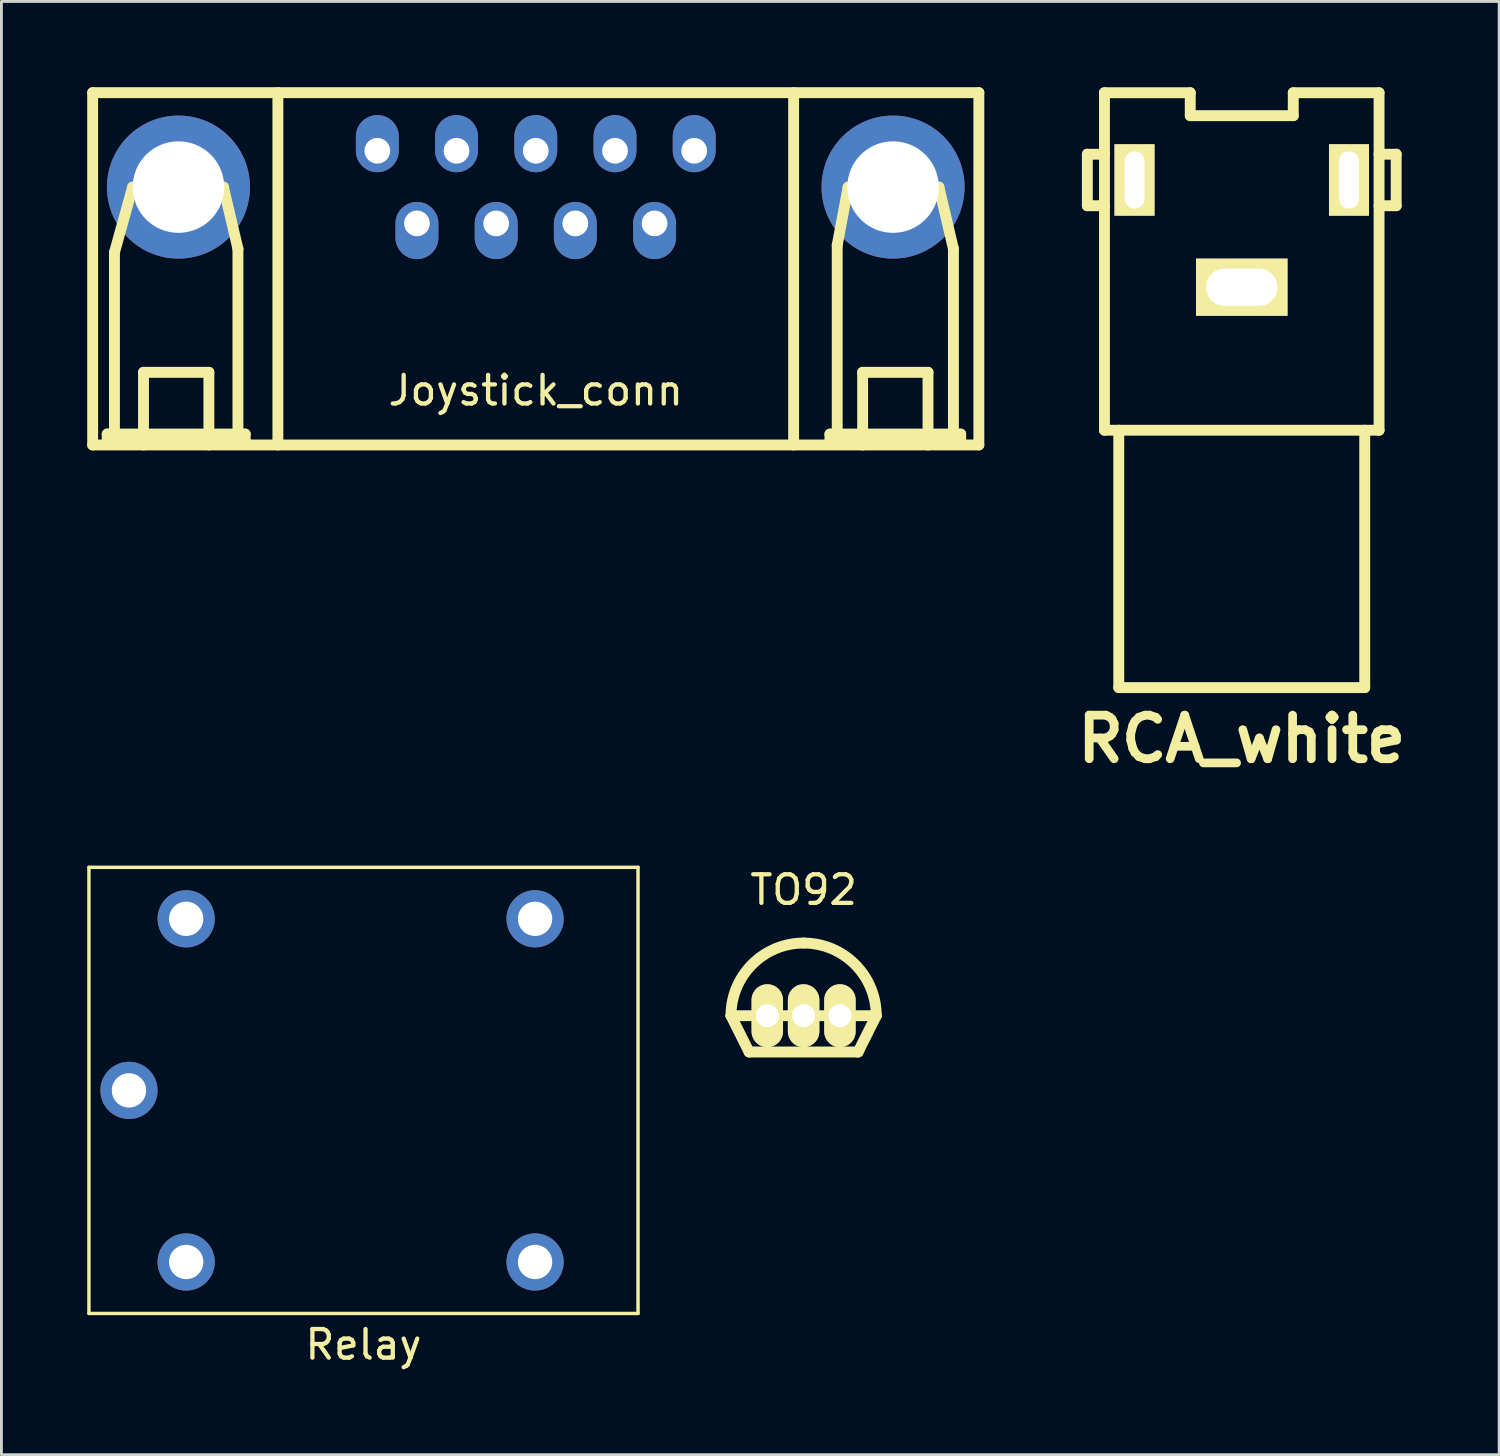
<source format=kicad_pcb>
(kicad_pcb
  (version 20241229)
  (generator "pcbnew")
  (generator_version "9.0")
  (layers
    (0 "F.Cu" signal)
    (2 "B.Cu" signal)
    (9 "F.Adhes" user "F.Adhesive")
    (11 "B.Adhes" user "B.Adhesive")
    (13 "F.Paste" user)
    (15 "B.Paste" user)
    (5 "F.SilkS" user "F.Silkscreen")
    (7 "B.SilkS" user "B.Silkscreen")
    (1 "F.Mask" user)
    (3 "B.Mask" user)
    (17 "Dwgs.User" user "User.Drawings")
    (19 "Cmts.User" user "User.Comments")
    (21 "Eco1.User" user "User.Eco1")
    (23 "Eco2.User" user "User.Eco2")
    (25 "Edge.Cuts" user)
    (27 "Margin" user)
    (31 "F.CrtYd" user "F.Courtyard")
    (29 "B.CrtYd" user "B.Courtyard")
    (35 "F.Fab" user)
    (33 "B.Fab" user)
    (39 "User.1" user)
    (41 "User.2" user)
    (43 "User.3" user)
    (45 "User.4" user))
  (footprint "Relay"
    (layer "F.Cu")
    (at 9.66 35.078)
    (property "Reference" "Relay" (at 0 8.89 0) (layer "F.SilkS") (effects (font (size 1 1) (thickness 0.15))))
    (attr through_hole)
    (fp_line (start -9.6 -7.8) (end -9.6 7.8) (stroke (width 0.12) (type solid)) (layer "F.SilkS"))
    (fp_line (start -9.6 7.8) (end 9.6 7.8) (stroke (width 0.12) (type solid)) (layer "F.SilkS"))
    (fp_line (start 9.6 -7.8) (end -9.6 -7.8) (stroke (width 0.12) (type solid)) (layer "F.SilkS"))
    (fp_line (start 9.6 7.8) (end 9.6 -7.8) (stroke (width 0.12) (type solid)) (layer "F.SilkS"))
    (pad "1" thru_hole circle (at -6.2 -6) (size 2 2) (drill 1.2) (layers "*.Cu" "*.Mask"))
    (pad "2" thru_hole circle (at -6.2 6) (size 2 2) (drill 1.2) (layers "*.Cu" "*.Mask"))
    (pad "3" thru_hole circle (at -8.2 0) (size 2 2) (drill 1.2) (layers "*.Cu" "*.Mask"))
    (pad "4" thru_hole circle (at 6 6) (size 2 2) (drill 1.2) (layers "*.Cu" "*.Mask"))
    (pad "5" thru_hole circle (at 6 -6) (size 2 2) (drill 1.2) (layers "*.Cu" "*.Mask")))
  (footprint "RCA_white"
    (layer "F.Cu")
    (at 40.371 6.993)
    (property "Reference" "RCA_white" (at 0 15.799 0) (layer "F.SilkS") (effects (font (size 1.524 1.524) (thickness 0.305))))
    (attr through_hole)
    (fp_line (start -5.4 -4.65) (end -4.801 -4.65) (stroke (width 0.381) (type solid)) (layer "F.SilkS"))
    (fp_line (start -5.4 -2.849) (end -5.4 -4.65) (stroke (width 0.381) (type solid)) (layer "F.SilkS"))
    (fp_line (start -4.801 -6.8) (end -1.801 -6.8) (stroke (width 0.381) (type solid)) (layer "F.SilkS"))
    (fp_line (start -4.801 -2.849) (end -5.4 -2.849) (stroke (width 0.381) (type solid)) (layer "F.SilkS"))
    (fp_line (start -4.801 4.999) (end -4.801 -6.802) (stroke (width 0.381) (type solid)) (layer "F.SilkS"))
    (fp_line (start -4.3 5.001) (end -4.3 14) (stroke (width 0.381) (type solid)) (layer "F.SilkS"))
    (fp_line (start -4.3 14) (end 4.3 14) (stroke (width 0.381) (type solid)) (layer "F.SilkS"))
    (fp_line (start -1.801 -6.8) (end -1.801 -5.999) (stroke (width 0.381) (type solid)) (layer "F.SilkS"))
    (fp_line (start -1.801 -5.999) (end 1.801 -5.999) (stroke (width 0.381) (type solid)) (layer "F.SilkS"))
    (fp_line (start 1.801 -6.8) (end 4.801 -6.8) (stroke (width 0.381) (type solid)) (layer "F.SilkS"))
    (fp_line (start 1.801 -5.999) (end 1.801 -6.8) (stroke (width 0.381) (type solid)) (layer "F.SilkS"))
    (fp_line (start 4.3 14) (end 4.3 5.001) (stroke (width 0.381) (type solid)) (layer "F.SilkS"))
    (fp_line (start 4.801 -6.8) (end 4.801 5.001) (stroke (width 0.381) (type solid)) (layer "F.SilkS"))
    (fp_line (start 4.801 -4.65) (end 5.4 -4.65) (stroke (width 0.381) (type solid)) (layer "F.SilkS"))
    (fp_line (start 4.801 5.001) (end -4.801 5.001) (stroke (width 0.381) (type solid)) (layer "F.SilkS"))
    (fp_line (start 5.4 -4.65) (end 5.4 -2.849) (stroke (width 0.381) (type solid)) (layer "F.SilkS"))
    (fp_line (start 5.4 -2.849) (end 4.801 -2.849) (stroke (width 0.381) (type solid)) (layer "F.SilkS"))
    (pad "1" thru_hole rect (at -3.75 -3.75) (size 1.4 2.5) (drill oval 0.7 2) (layers "*.Cu" "*.Mask" "F.SilkS"))
    (pad "1" thru_hole rect (at 3.75 -3.75) (size 1.4 2.5) (drill oval 0.7 2) (layers "*.Cu" "*.Mask" "F.SilkS"))
    (pad "2" thru_hole rect (at 0 0) (size 3.2 2) (drill oval 2.5 1.3) (layers "*.Cu" "*.Mask" "F.SilkS")))
  (footprint "TO92"
    (layer "F.Cu")
    (at 25.05 32.466)
    (property "Reference" "TO92" (at 0 -4.4 0) (layer "F.SilkS") (effects (font (size 1 1) (thickness 0.15))))
    (attr through_hole)
    (fp_line (start -1.905 1.27) (end -2.54 0) (stroke (width 0.381) (type solid)) (layer "F.SilkS"))
    (fp_line (start 1.905 1.27) (end -1.905 1.27) (stroke (width 0.381) (type solid)) (layer "F.SilkS"))
    (fp_line (start 2.54 0) (end -2.54 0) (stroke (width 0.381) (type solid)) (layer "F.SilkS"))
    (fp_line (start 2.54 0) (end 1.905 1.27) (stroke (width 0.381) (type solid)) (layer "F.SilkS"))
    (fp_arc (start -2.54 0) (mid -1.796051 -1.796051) (end 0 -2.54) (stroke (width 0.381) (type solid)) (layer "F.SilkS"))
    (fp_arc (start 0 -2.54) (mid 1.796051 -1.796051) (end 2.54 0) (stroke (width 0.381) (type solid)) (layer "F.SilkS"))
    (pad "1" thru_hole oval (at 1.27 0) (size 1.1 2.2) (drill 0.8) (layers "*.Cu" "*.Mask" "F.SilkS"))
    (pad "2" thru_hole oval (at 0 0) (size 1.1 2.2) (drill 0.8) (layers "*.Cu" "*.Mask" "F.SilkS"))
    (pad "3" thru_hole oval (at -1.27 0) (size 1.1 2.2) (drill 0.8) (layers "*.Cu" "*.Mask" "F.SilkS")))
  (footprint "Joystick_conn"
    (layer "F.Cu")
    (at 15.684 10.604)
    (property "Reference" "Joystick_conn" (at 0 0 0) (layer "F.SilkS") (effects (font (size 1 1) (thickness 0.15))))
    (attr through_hole)
    (fp_line (start -15.494 -10.414) (end -15.494 1.905) (stroke (width 0.381) (type solid)) (layer "F.SilkS"))
    (fp_line (start -15.494 1.905) (end 15.494 1.905) (stroke (width 0.381) (type solid)) (layer "F.SilkS"))
    (fp_line (start -14.986 1.524) (end -14.986 1.778) (stroke (width 0.381) (type solid)) (layer "F.SilkS"))
    (fp_line (start -14.986 1.778) (end -10.16 1.778) (stroke (width 0.381) (type solid)) (layer "F.SilkS"))
    (fp_line (start -14.732 -4.826) (end -14.097 -7.112) (stroke (width 0.381) (type solid)) (layer "F.SilkS"))
    (fp_line (start -14.732 1.524) (end -14.732 -4.826) (stroke (width 0.381) (type solid)) (layer "F.SilkS"))
    (fp_line (start -14.097 -7.112) (end -10.922 -7.112) (stroke (width 0.381) (type solid)) (layer "F.SilkS"))
    (fp_line (start -13.716 -0.635) (end -11.43 -0.635) (stroke (width 0.381) (type solid)) (layer "F.SilkS"))
    (fp_line (start -13.716 1.905) (end -13.716 -0.635) (stroke (width 0.381) (type solid)) (layer "F.SilkS"))
    (fp_line (start -11.43 -0.635) (end -11.43 1.905) (stroke (width 0.381) (type solid)) (layer "F.SilkS"))
    (fp_line (start -10.922 -7.112) (end -10.414 -4.953) (stroke (width 0.381) (type solid)) (layer "F.SilkS"))
    (fp_line (start -10.414 -4.953) (end -10.414 1.524) (stroke (width 0.381) (type solid)) (layer "F.SilkS"))
    (fp_line (start -10.16 1.524) (end -14.986 1.524) (stroke (width 0.381) (type solid)) (layer "F.SilkS"))
    (fp_line (start -10.16 1.778) (end -10.16 1.524) (stroke (width 0.381) (type solid)) (layer "F.SilkS"))
    (fp_line (start -9.017 1.905) (end -9.017 -10.414) (stroke (width 0.381) (type solid)) (layer "F.SilkS"))
    (fp_line (start 9.017 1.905) (end 9.017 -10.414) (stroke (width 0.381) (type solid)) (layer "F.SilkS"))
    (fp_line (start 10.287 1.524) (end 10.287 1.778) (stroke (width 0.381) (type solid)) (layer "F.SilkS"))
    (fp_line (start 10.287 1.778) (end 14.859 1.778) (stroke (width 0.381) (type solid)) (layer "F.SilkS"))
    (fp_line (start 10.541 -5.08) (end 10.922 -7.112) (stroke (width 0.381) (type solid)) (layer "F.SilkS"))
    (fp_line (start 10.541 1.524) (end 10.541 -5.08) (stroke (width 0.381) (type solid)) (layer "F.SilkS"))
    (fp_line (start 10.922 -7.112) (end 14.097 -7.112) (stroke (width 0.381) (type solid)) (layer "F.SilkS"))
    (fp_line (start 11.43 -0.635) (end 13.716 -0.635) (stroke (width 0.381) (type solid)) (layer "F.SilkS"))
    (fp_line (start 11.43 1.905) (end 11.43 -0.635) (stroke (width 0.381) (type solid)) (layer "F.SilkS"))
    (fp_line (start 13.716 -0.635) (end 13.716 1.905) (stroke (width 0.381) (type solid)) (layer "F.SilkS"))
    (fp_line (start 14.097 -7.112) (end 14.605 -4.953) (stroke (width 0.381) (type solid)) (layer "F.SilkS"))
    (fp_line (start 14.605 -4.953) (end 14.605 1.524) (stroke (width 0.381) (type solid)) (layer "F.SilkS"))
    (fp_line (start 14.859 1.524) (end 10.287 1.524) (stroke (width 0.381) (type solid)) (layer "F.SilkS"))
    (fp_line (start 14.859 1.778) (end 14.859 1.524) (stroke (width 0.381) (type solid)) (layer "F.SilkS"))
    (fp_line (start 15.494 -10.414) (end -15.494 -10.414) (stroke (width 0.381) (type solid)) (layer "F.SilkS"))
    (fp_line (start 15.494 1.905) (end 15.494 -10.414) (stroke (width 0.381) (type solid)) (layer "F.SilkS"))
    (pad "" thru_hole circle (at -12.494 -7.112) (size 5.001 5.001) (drill 3.2) (layers "*.Cu" "*.Mask"))
    (pad "" thru_hole circle (at 12.494 -7.112) (size 5.001 5.001) (drill 3.2) (layers "*.Cu" "*.Mask"))
    (pad "1" thru_hole oval (at -5.54 -8.382) (size 1.501 1.999) (drill 0.899 (offset 0 -0.249)) (layers "*.Cu" "*.Mask"))
    (pad "2" thru_hole oval (at -2.771 -8.382) (size 1.501 1.999) (drill 0.899 (offset 0 -0.249)) (layers "*.Cu" "*.Mask"))
    (pad "3" thru_hole oval (at 0 -8.382) (size 1.501 1.999) (drill 0.899 (offset 0 -0.249)) (layers "*.Cu" "*.Mask"))
    (pad "4" thru_hole oval (at 2.771 -8.382) (size 1.501 1.999) (drill 0.899 (offset 0 -0.249)) (layers "*.Cu" "*.Mask"))
    (pad "5" thru_hole oval (at 5.54 -8.382) (size 1.501 1.999) (drill 0.899 (offset 0 -0.249)) (layers "*.Cu" "*.Mask"))
    (pad "6" thru_hole oval (at -4.155 -5.842) (size 1.501 1.999) (drill 0.899 (offset 0 0.249)) (layers "*.Cu" "*.Mask"))
    (pad "7" thru_hole oval (at -1.384 -5.842) (size 1.501 1.999) (drill 0.899 (offset 0 0.249)) (layers "*.Cu" "*.Mask"))
    (pad "8" thru_hole oval (at 1.384 -5.842) (size 1.501 1.999) (drill 0.899 (offset 0 0.249)) (layers "*.Cu" "*.Mask"))
    (pad "9" thru_hole oval (at 4.155 -5.842) (size 1.501 1.999) (drill 0.899 (offset 0 0.249)) (layers "*.Cu" "*.Mask")))
  (gr_rect
    (start -3 -3)
    (end 49.372 47.816)
    (stroke (width 0.1) (type default))
    (fill no)
    (layer "Edge.Cuts")))
</source>
